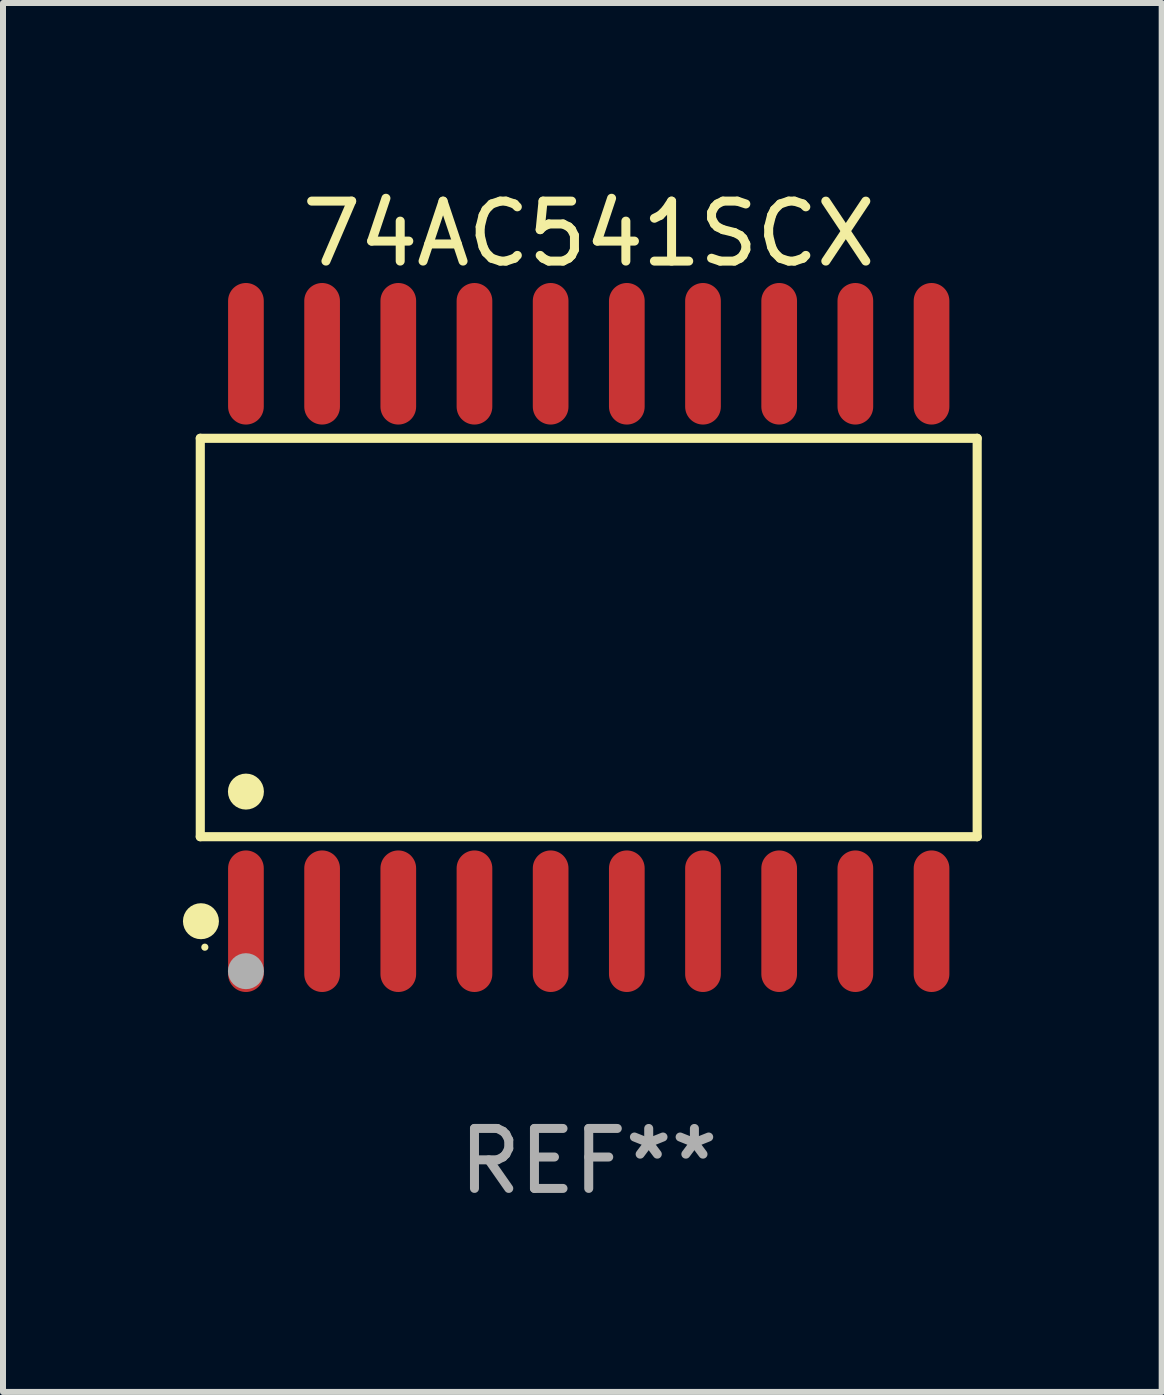
<source format=kicad_pcb>
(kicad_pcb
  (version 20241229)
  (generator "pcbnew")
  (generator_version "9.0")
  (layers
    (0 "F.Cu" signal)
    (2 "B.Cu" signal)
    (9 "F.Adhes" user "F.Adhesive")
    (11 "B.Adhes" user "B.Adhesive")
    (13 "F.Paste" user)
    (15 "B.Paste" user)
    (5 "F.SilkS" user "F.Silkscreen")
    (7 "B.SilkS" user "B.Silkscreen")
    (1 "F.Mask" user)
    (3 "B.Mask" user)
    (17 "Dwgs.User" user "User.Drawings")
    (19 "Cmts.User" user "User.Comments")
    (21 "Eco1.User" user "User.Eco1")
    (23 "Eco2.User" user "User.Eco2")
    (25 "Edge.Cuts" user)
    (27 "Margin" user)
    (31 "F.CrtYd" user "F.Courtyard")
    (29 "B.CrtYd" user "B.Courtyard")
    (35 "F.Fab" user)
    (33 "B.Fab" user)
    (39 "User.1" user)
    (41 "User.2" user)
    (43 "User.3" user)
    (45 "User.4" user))
  (footprint "74AC541SCX"
    (layer "F.Cu")
    (at 6.765 7.578)
    (property "Reference" "74AC541SCX" (at 0 -6.73 0) (layer "F.SilkS") (effects (font (size 1 1) (thickness 0.15))))
    (attr through_hole)
    (fp_line (start -6.476 -3.321) (end 6.476 -3.321) (stroke (width 0.152) (type solid)) (layer "F.SilkS"))
    (fp_line (start -6.476 3.321) (end -6.476 -3.321) (stroke (width 0.152) (type solid)) (layer "F.SilkS"))
    (fp_line (start 6.476 -3.321) (end 6.476 3.321) (stroke (width 0.152) (type solid)) (layer "F.SilkS"))
    (fp_line (start 6.476 3.321) (end -6.476 3.321) (stroke (width 0.152) (type solid)) (layer "F.SilkS"))
    (fp_circle (center -6.465 4.73) (end -6.315 4.73) (stroke (width 0.3) (type solid)) (fill no) (layer "F.SilkS"))
    (fp_circle (center -6.4 5.163) (end -6.37 5.163) (stroke (width 0.06) (type solid)) (fill no) (layer "F.SilkS"))
    (fp_circle (center -5.715 2.569) (end -5.565 2.569) (stroke (width 0.3) (type solid)) (fill no) (layer "F.SilkS"))
    (fp_circle (center -5.715 5.563) (end -5.565 5.563) (stroke (width 0.3) (type solid)) (fill no) (layer "F.Fab"))
    (fp_text user "REF**" (at 0 8.73 0) (layer "F.Fab") (effects (font (size 1 1) (thickness 0.15))))
    (pad "1" smd oval (at -5.715 4.73) (size 0.595 2.36) (layers "F.Cu" "F.Mask" "F.Paste"))
    (pad "2" smd oval (at -4.445 4.73) (size 0.595 2.36) (layers "F.Cu" "F.Mask" "F.Paste"))
    (pad "3" smd oval (at -3.175 4.73) (size 0.595 2.36) (layers "F.Cu" "F.Mask" "F.Paste"))
    (pad "4" smd oval (at -1.905 4.73) (size 0.595 2.36) (layers "F.Cu" "F.Mask" "F.Paste"))
    (pad "5" smd oval (at -0.635 4.73) (size 0.595 2.36) (layers "F.Cu" "F.Mask" "F.Paste"))
    (pad "6" smd oval (at 0.635 4.73) (size 0.595 2.36) (layers "F.Cu" "F.Mask" "F.Paste"))
    (pad "7" smd oval (at 1.905 4.73) (size 0.595 2.36) (layers "F.Cu" "F.Mask" "F.Paste"))
    (pad "8" smd oval (at 3.175 4.73) (size 0.595 2.36) (layers "F.Cu" "F.Mask" "F.Paste"))
    (pad "9" smd oval (at 4.445 4.73) (size 0.595 2.36) (layers "F.Cu" "F.Mask" "F.Paste"))
    (pad "10" smd oval (at 5.715 4.73) (size 0.595 2.36) (layers "F.Cu" "F.Mask" "F.Paste"))
    (pad "11" smd oval (at 5.715 -4.73) (size 0.595 2.36) (layers "F.Cu" "F.Mask" "F.Paste"))
    (pad "12" smd oval (at 4.445 -4.73) (size 0.595 2.36) (layers "F.Cu" "F.Mask" "F.Paste"))
    (pad "13" smd oval (at 3.175 -4.73) (size 0.595 2.36) (layers "F.Cu" "F.Mask" "F.Paste"))
    (pad "14" smd oval (at 1.905 -4.73) (size 0.595 2.36) (layers "F.Cu" "F.Mask" "F.Paste"))
    (pad "15" smd oval (at 0.635 -4.73) (size 0.595 2.36) (layers "F.Cu" "F.Mask" "F.Paste"))
    (pad "16" smd oval (at -0.635 -4.73) (size 0.595 2.36) (layers "F.Cu" "F.Mask" "F.Paste"))
    (pad "17" smd oval (at -1.905 -4.73) (size 0.595 2.36) (layers "F.Cu" "F.Mask" "F.Paste"))
    (pad "18" smd oval (at -3.175 -4.73) (size 0.595 2.36) (layers "F.Cu" "F.Mask" "F.Paste"))
    (pad "19" smd oval (at -4.445 -4.73) (size 0.595 2.36) (layers "F.Cu" "F.Mask" "F.Paste"))
    (pad "20" smd oval (at -5.715 -4.73) (size 0.595 2.36) (layers "F.Cu" "F.Mask" "F.Paste")))
  (gr_rect
    (start -3 -3)
    (end 16.317 20.156)
    (stroke (width 0.1) (type default))
    (fill no)
    (layer "Edge.Cuts")))
</source>
